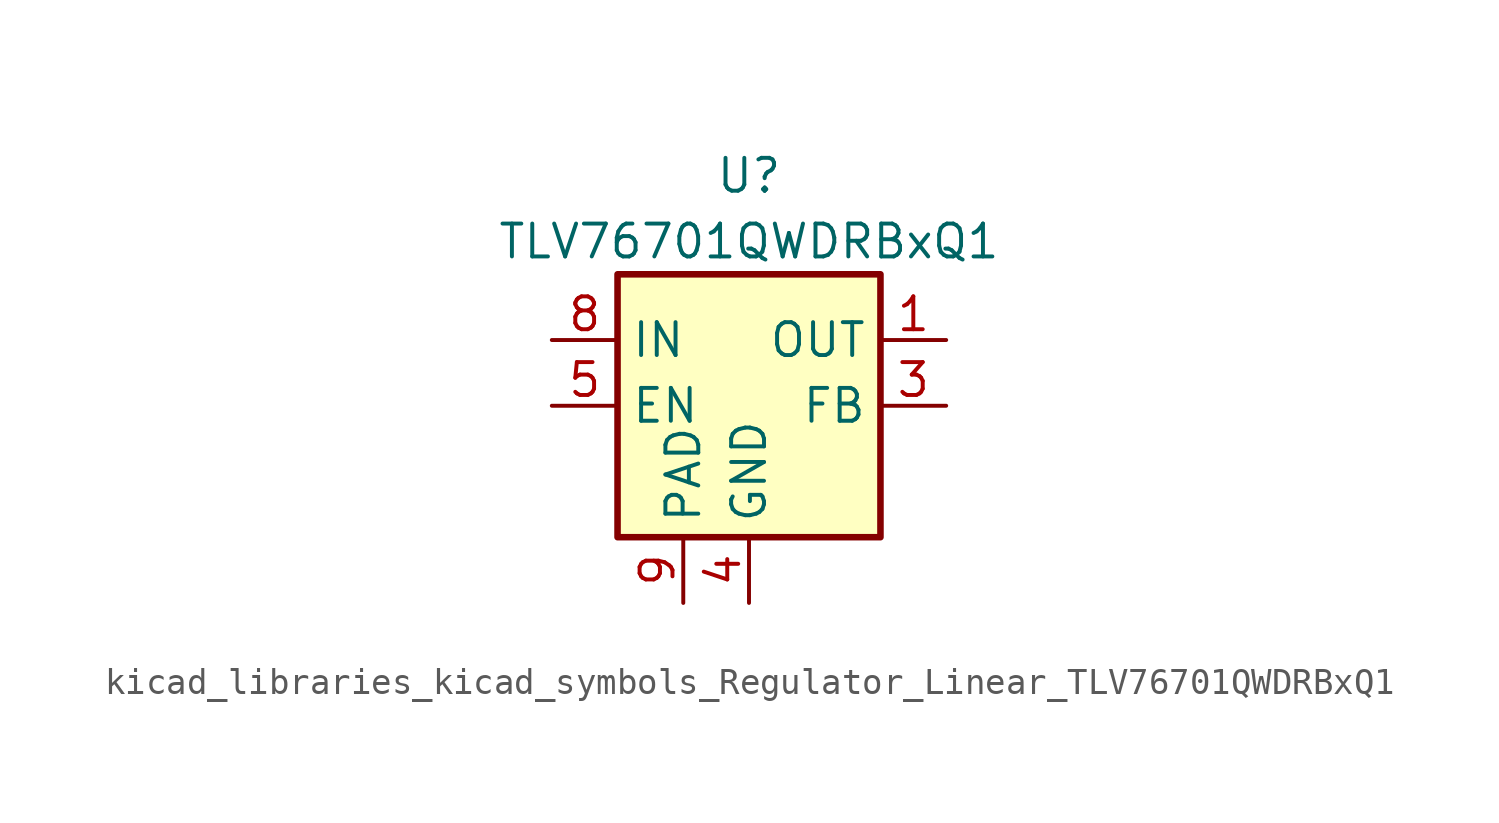
<source format=kicad_sym>
(kicad_symbol_lib
  (version 20220914)
  (generator kicad_symbol_editor)
  (symbol "kicad_libraries_kicad_symbols_Regulator_Linear_TLV76701QWDRBxQ1"
    (property "Reference" "U"
      (at 0 8.89 0)
      (effects (font (size 1.27 1.27))))
    (property "Value" "TLV76701QWDRBxQ1"
      (at 0 6.35 0)
      (effects (font (size 1.27 1.27))))
    (symbol "kicad_libraries_kicad_symbols_Regulator_Linear_TLV76701QWDRBxQ1_0_1"
      (rectangle (start -5.08 5.08) (end 5.08 -5.08) (stroke (width 0.254) (type default)) (fill (type background))))
    (symbol "kicad_libraries_kicad_symbols_Regulator_Linear_TLV76701QWDRBxQ1_1_1"
      (pin power_out line (at 7.62 2.54 180) (length 2.54) (name "OUT" (effects (font (size 1.27 1.27)))) (number "1" (effects (font (size 1.27 1.27)))))
      (pin no_connect line (at 5.08 -2.54 180) (length 2.54) hide (name "NC" (effects (font (size 1.27 1.27)))) (number "2" (effects (font (size 1.27 1.27)))))
      (pin input line (at 7.62 0 180) (length 2.54) (name "FB" (effects (font (size 1.27 1.27)))) (number "3" (effects (font (size 1.27 1.27)))))
      (pin power_in line (at 0 -7.62 90) (length 2.54) (name "GND" (effects (font (size 1.27 1.27)))) (number "4" (effects (font (size 1.27 1.27)))))
      (pin input line (at -7.62 0 0) (length 2.54) (name "EN" (effects (font (size 1.27 1.27)))) (number "5" (effects (font (size 1.27 1.27)))))
      (pin passive line (at 0 -7.62 90) (length 2.54) hide (name "GND" (effects (font (size 1.27 1.27)))) (number "6" (effects (font (size 1.27 1.27)))))
      (pin no_connect line (at -5.08 -2.54 0) (length 2.54) hide (name "NC" (effects (font (size 1.27 1.27)))) (number "7" (effects (font (size 1.27 1.27)))))
      (pin power_in line (at -7.62 2.54 0) (length 2.54) (name "IN" (effects (font (size 1.27 1.27)))) (number "8" (effects (font (size 1.27 1.27)))))
      (pin passive line (at -2.54 -7.62 90) (length 2.54) (name "PAD" (effects (font (size 1.27 1.27)))) (number "9" (effects (font (size 1.27 1.27))))))))
</source>
